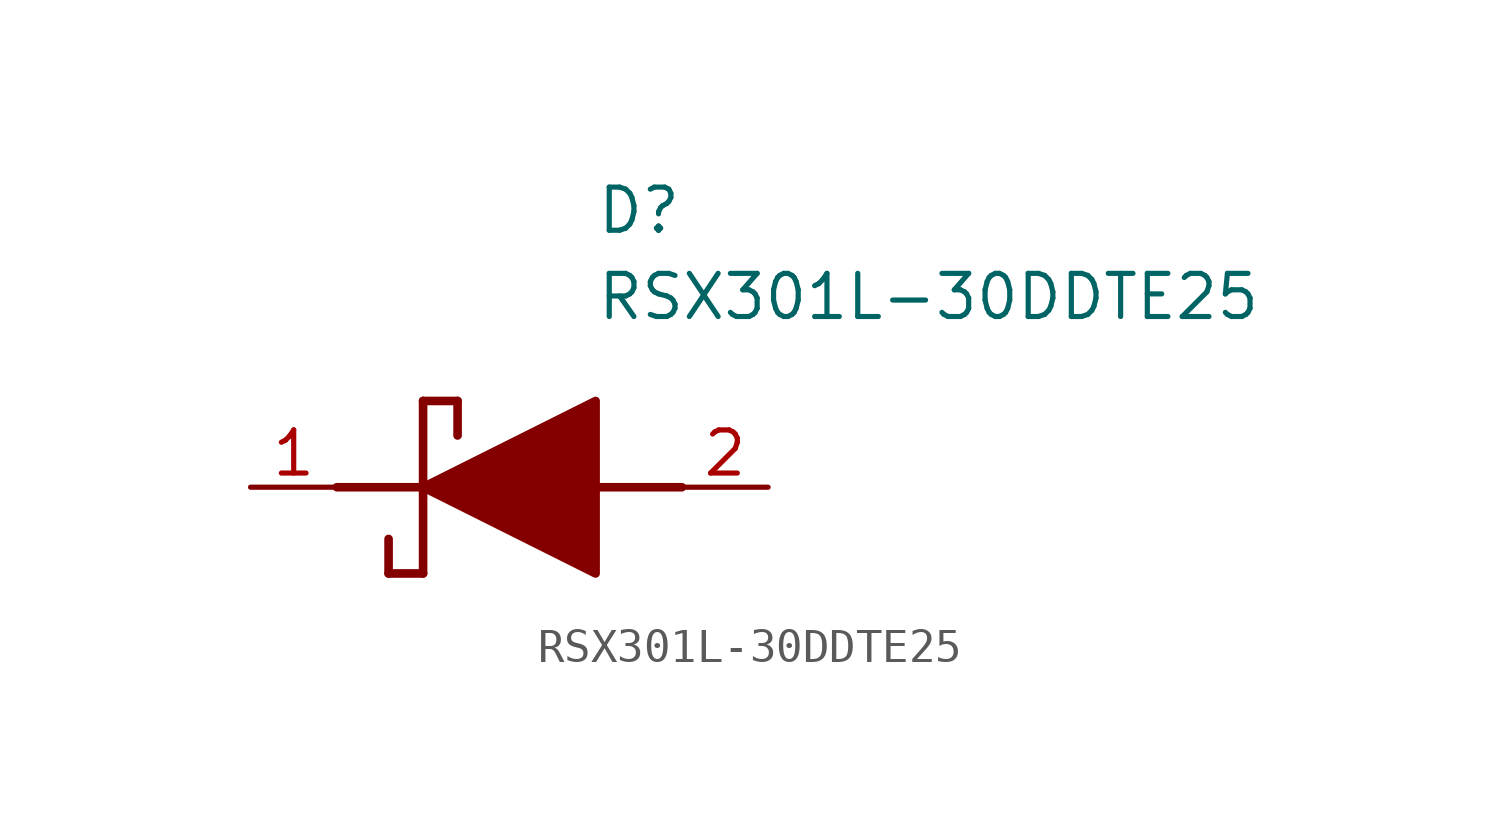
<source format=kicad_sym>
(kicad_symbol_lib
  (version 20211014)
  (generator SamacSys_ECAD_Model)
  (symbol "RSX301L-30DDTE25"
    (pin_names hide)
    (property "Reference" "D"
      (at 12.7 8.89 0)
      (effects (font (size 1.27 1.27)) (justify left top)))
    (property "Value" "RSX301L-30DDTE25"
      (at 12.7 6.35 0)
      (effects (font (size 1.27 1.27)) (justify left top)))
    (polyline
      (pts (xy 7.62 2.54) (xy 7.62 -2.54))
      (stroke (width 0.254) (type default))
      (fill (type none)))
    (polyline
      (pts (xy 7.62 2.54) (xy 8.636 2.54))
      (stroke (width 0.254) (type default))
      (fill (type none)))
    (polyline
      (pts (xy 8.636 1.524) (xy 8.636 2.54))
      (stroke (width 0.254) (type default))
      (fill (type none)))
    (polyline
      (pts (xy 7.62 -2.54) (xy 6.604 -2.54))
      (stroke (width 0.254) (type default))
      (fill (type none)))
    (polyline
      (pts (xy 6.604 -1.524) (xy 6.604 -2.54))
      (stroke (width 0.254) (type default))
      (fill (type none)))
    (polyline
      (pts (xy 5.08 0) (xy 7.62 0))
      (stroke (width 0.254) (type default))
      (fill (type none)))
    (polyline
      (pts (xy 12.7 0) (xy 15.24 0))
      (stroke (width 0.254) (type default))
      (fill (type none)))
    (polyline
      (pts (xy 7.62 0) (xy 12.7 2.54) (xy 12.7 -2.54) (xy 7.62 0))
      (stroke (width 0.254) (type default))
      (fill (type outline)))
    (pin passive line
      (at 2.54 0 0)
      (length 2.54)
      (name "K" (effects (font (size 1.27 1.27))))
      (number "1" (effects (font (size 1.27 1.27)))))
    (pin passive line
      (at 17.78 0 180)
      (length 2.54)
      (name "A" (effects (font (size 1.27 1.27))))
      (number "2" (effects (font (size 1.27 1.27)))))))
</source>
